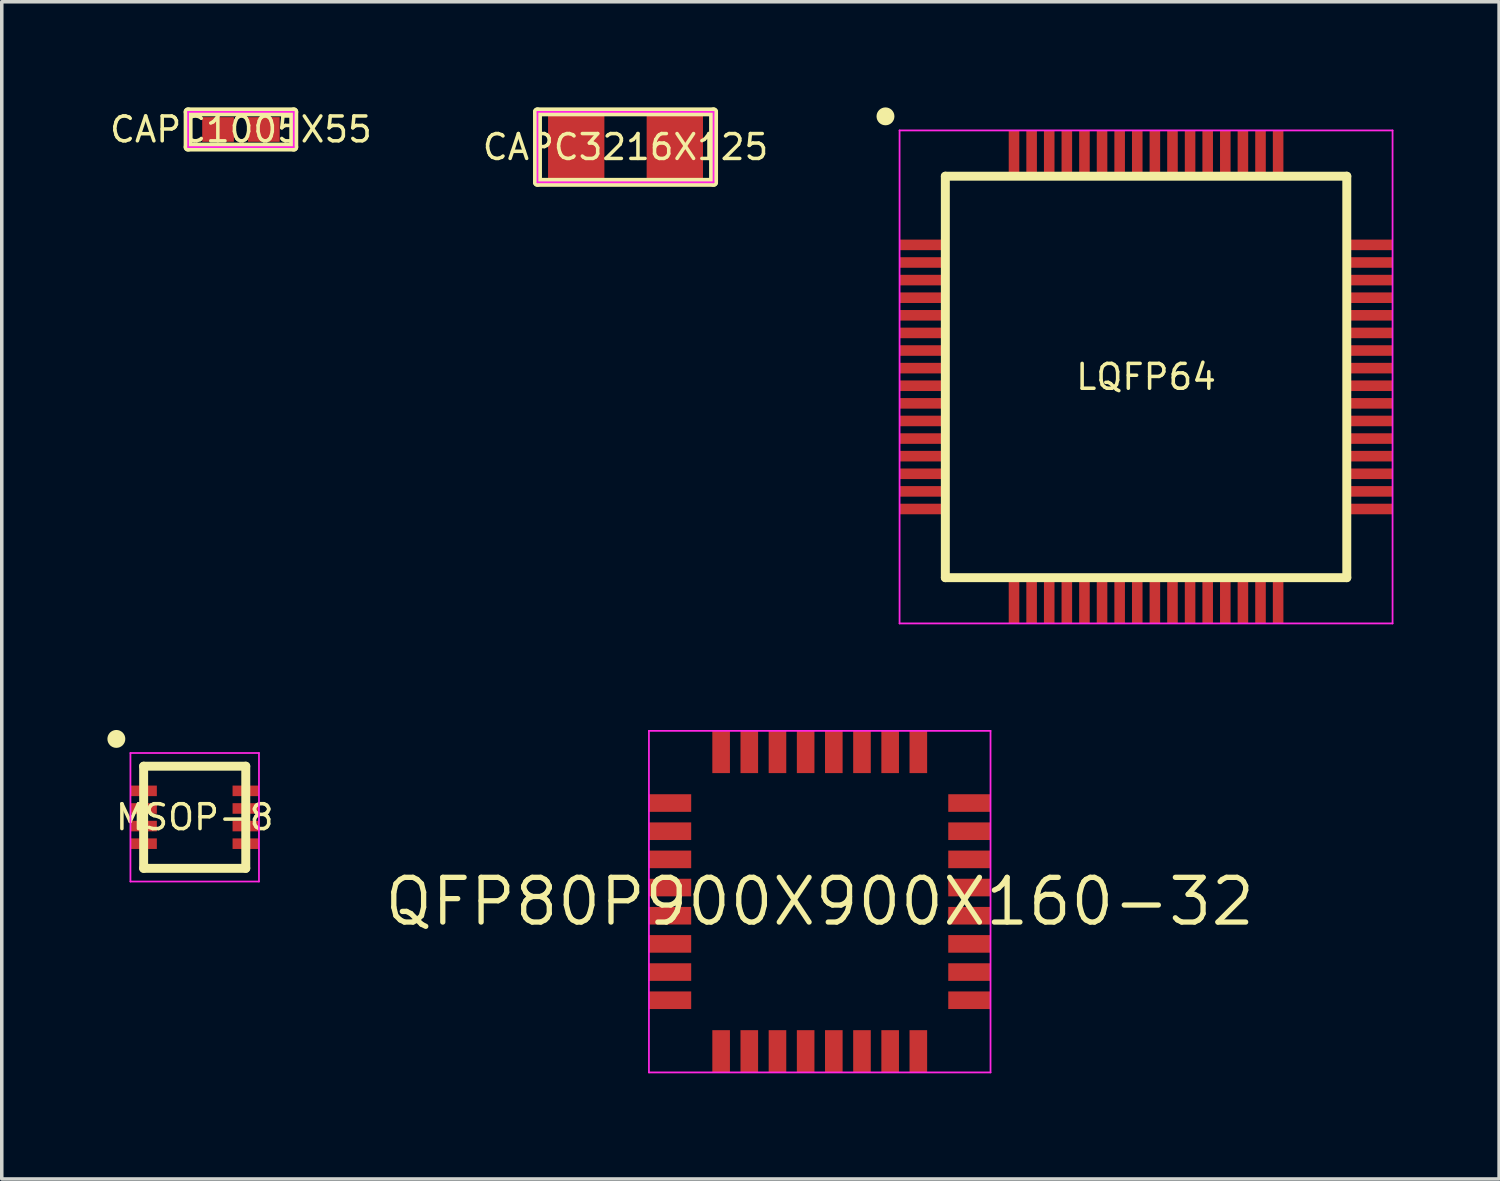
<source format=kicad_pcb>
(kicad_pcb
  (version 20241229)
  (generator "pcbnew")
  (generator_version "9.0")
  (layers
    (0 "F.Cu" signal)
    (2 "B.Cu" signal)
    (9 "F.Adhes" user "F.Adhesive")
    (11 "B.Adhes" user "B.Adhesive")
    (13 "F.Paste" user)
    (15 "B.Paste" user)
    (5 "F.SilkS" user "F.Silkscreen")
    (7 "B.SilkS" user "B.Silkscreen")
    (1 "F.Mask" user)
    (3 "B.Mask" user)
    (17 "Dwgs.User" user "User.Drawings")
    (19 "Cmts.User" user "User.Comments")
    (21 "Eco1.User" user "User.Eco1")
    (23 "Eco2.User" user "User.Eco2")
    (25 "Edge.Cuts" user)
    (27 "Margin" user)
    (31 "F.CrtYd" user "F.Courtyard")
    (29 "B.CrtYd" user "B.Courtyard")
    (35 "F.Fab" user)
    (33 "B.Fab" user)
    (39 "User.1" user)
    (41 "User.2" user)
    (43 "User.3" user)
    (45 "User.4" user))
  (footprint "CAPC1005X55"
    (layer "F.Cu")
    (at 3.792 0.627)
    (property "Reference" "CAPC1005X55" (at 0 0 0) (layer "F.SilkS") (effects (font (size 0.706 0.706) (thickness 0.1))))
    (attr through_hole)
    (fp_line (start -1.5 -0.5) (end -1.5 0.5) (stroke (width 0.254) (type solid)) (layer "F.SilkS"))
    (fp_line (start -1.5 0.5) (end 1.5 0.5) (stroke (width 0.254) (type solid)) (layer "F.SilkS"))
    (fp_line (start 1.5 -0.5) (end -1.5 -0.5) (stroke (width 0.254) (type solid)) (layer "F.SilkS"))
    (fp_line (start 1.5 0.5) (end 1.5 -0.5) (stroke (width 0.254) (type solid)) (layer "F.SilkS"))
    (fp_line (start -1.5 -0.5) (end -1.5 0.5) (stroke (width 0.05) (type solid)) (layer "F.CrtYd"))
    (fp_line (start -1.5 0.5) (end 1.5 0.5) (stroke (width 0.05) (type solid)) (layer "F.CrtYd"))
    (fp_line (start 1.5 -0.5) (end -1.5 -0.5) (stroke (width 0.05) (type solid)) (layer "F.CrtYd"))
    (fp_line (start 1.5 0.5) (end 1.5 -0.5) (stroke (width 0.05) (type solid)) (layer "F.CrtYd"))
    (pad "1" smd rect (at -0.65 0) (size 0.9 0.7) (layers "F.Cu" "F.Mask" "F.Paste"))
    (pad "2" smd rect (at 0.65 0) (size 0.9 0.7) (layers "F.Cu" "F.Mask" "F.Paste")))
  (footprint "LQFP64"
    (layer "F.Cu")
    (at 29.495 7.654)
    (property "Reference" "LQFP64" (at 0 0 0) (layer "F.SilkS") (effects (font (size 0.706 0.706) (thickness 0.1))))
    (attr through_hole)
    (fp_line (start -5.7 -5.7) (end -5.7 5.7) (stroke (width 0.254) (type solid)) (layer "F.SilkS"))
    (fp_line (start -5.7 5.7) (end 5.7 5.7) (stroke (width 0.254) (type solid)) (layer "F.SilkS"))
    (fp_line (start 5.7 -5.7) (end -5.7 -5.7) (stroke (width 0.254) (type solid)) (layer "F.SilkS"))
    (fp_line (start 5.7 5.7) (end 5.7 -5.7) (stroke (width 0.254) (type solid)) (layer "F.SilkS"))
    (fp_poly (pts (xy -7.146 -7.4) (xy -7.151 -7.45) (xy -7.165 -7.497) (xy -7.189 -7.541) (xy -7.22 -7.58) (xy -7.259 -7.611) (xy -7.303 -7.635) (xy -7.35 -7.649) (xy -7.4 -7.654) (xy -7.45 -7.649) (xy -7.497 -7.635) (xy -7.541 -7.611) (xy -7.58 -7.58) (xy -7.611 -7.541) (xy -7.635 -7.497) (xy -7.649 -7.45) (xy -7.654 -7.4) (xy -7.649 -7.35) (xy -7.635 -7.303) (xy -7.611 -7.259) (xy -7.58 -7.22) (xy -7.541 -7.189) (xy -7.497 -7.165) (xy -7.45 -7.151) (xy -7.4 -7.146) (xy -7.35 -7.151) (xy -7.303 -7.165) (xy -7.259 -7.189) (xy -7.22 -7.22) (xy -7.189 -7.259) (xy -7.165 -7.303) (xy -7.151 -7.35)) (stroke (width 0) (type solid)) (fill yes) (layer "F.SilkS"))
    (fp_line (start -7 -7) (end -7 7) (stroke (width 0.05) (type solid)) (layer "F.CrtYd"))
    (fp_line (start -7 7) (end 7 7) (stroke (width 0.05) (type solid)) (layer "F.CrtYd"))
    (fp_line (start 7 -7) (end -7 -7) (stroke (width 0.05) (type solid)) (layer "F.CrtYd"))
    (fp_line (start 7 7) (end 7 -7) (stroke (width 0.05) (type solid)) (layer "F.CrtYd"))
    (pad "1" smd rect (at -6.4 -3.75 270) (size 0.3 1.2) (layers "F.Cu" "F.Mask" "F.Paste"))
    (pad "2" smd rect (at -6.4 -3.25 270) (size 0.3 1.2) (layers "F.Cu" "F.Mask" "F.Paste"))
    (pad "3" smd rect (at -6.4 -2.75 270) (size 0.3 1.2) (layers "F.Cu" "F.Mask" "F.Paste"))
    (pad "4" smd rect (at -6.4 -2.25 270) (size 0.3 1.2) (layers "F.Cu" "F.Mask" "F.Paste"))
    (pad "5" smd rect (at -6.4 -1.75 270) (size 0.3 1.2) (layers "F.Cu" "F.Mask" "F.Paste"))
    (pad "6" smd rect (at -6.4 -1.25 270) (size 0.3 1.2) (layers "F.Cu" "F.Mask" "F.Paste"))
    (pad "7" smd rect (at -6.4 -0.75 270) (size 0.3 1.2) (layers "F.Cu" "F.Mask" "F.Paste"))
    (pad "8" smd rect (at -6.4 -0.25 270) (size 0.3 1.2) (layers "F.Cu" "F.Mask" "F.Paste"))
    (pad "9" smd rect (at -6.4 0.25 270) (size 0.3 1.2) (layers "F.Cu" "F.Mask" "F.Paste"))
    (pad "10" smd rect (at -6.4 0.75 270) (size 0.3 1.2) (layers "F.Cu" "F.Mask" "F.Paste"))
    (pad "11" smd rect (at -6.4 1.25 270) (size 0.3 1.2) (layers "F.Cu" "F.Mask" "F.Paste"))
    (pad "12" smd rect (at -6.4 1.75 270) (size 0.3 1.2) (layers "F.Cu" "F.Mask" "F.Paste"))
    (pad "13" smd rect (at -6.4 2.25 270) (size 0.3 1.2) (layers "F.Cu" "F.Mask" "F.Paste"))
    (pad "14" smd rect (at -6.4 2.75 270) (size 0.3 1.2) (layers "F.Cu" "F.Mask" "F.Paste"))
    (pad "15" smd rect (at -6.4 3.25 270) (size 0.3 1.2) (layers "F.Cu" "F.Mask" "F.Paste"))
    (pad "16" smd rect (at -6.4 3.75 270) (size 0.3 1.2) (layers "F.Cu" "F.Mask" "F.Paste"))
    (pad "17" smd rect (at -3.75 6.4) (size 0.3 1.2) (layers "F.Cu" "F.Mask" "F.Paste"))
    (pad "18" smd rect (at -3.25 6.4) (size 0.3 1.2) (layers "F.Cu" "F.Mask" "F.Paste"))
    (pad "19" smd rect (at -2.75 6.4) (size 0.3 1.2) (layers "F.Cu" "F.Mask" "F.Paste"))
    (pad "20" smd rect (at -2.25 6.4) (size 0.3 1.2) (layers "F.Cu" "F.Mask" "F.Paste"))
    (pad "21" smd rect (at -1.75 6.4) (size 0.3 1.2) (layers "F.Cu" "F.Mask" "F.Paste"))
    (pad "22" smd rect (at -1.25 6.4) (size 0.3 1.2) (layers "F.Cu" "F.Mask" "F.Paste"))
    (pad "23" smd rect (at -0.75 6.4) (size 0.3 1.2) (layers "F.Cu" "F.Mask" "F.Paste"))
    (pad "24" smd rect (at -0.25 6.4) (size 0.3 1.2) (layers "F.Cu" "F.Mask" "F.Paste"))
    (pad "25" smd rect (at 0.25 6.4) (size 0.3 1.2) (layers "F.Cu" "F.Mask" "F.Paste"))
    (pad "26" smd rect (at 0.75 6.4) (size 0.3 1.2) (layers "F.Cu" "F.Mask" "F.Paste"))
    (pad "27" smd rect (at 1.25 6.4) (size 0.3 1.2) (layers "F.Cu" "F.Mask" "F.Paste"))
    (pad "28" smd rect (at 1.75 6.4) (size 0.3 1.2) (layers "F.Cu" "F.Mask" "F.Paste"))
    (pad "29" smd rect (at 2.25 6.4) (size 0.3 1.2) (layers "F.Cu" "F.Mask" "F.Paste"))
    (pad "30" smd rect (at 2.75 6.4) (size 0.3 1.2) (layers "F.Cu" "F.Mask" "F.Paste"))
    (pad "31" smd rect (at 3.25 6.4) (size 0.3 1.2) (layers "F.Cu" "F.Mask" "F.Paste"))
    (pad "32" smd rect (at 3.75 6.4) (size 0.3 1.2) (layers "F.Cu" "F.Mask" "F.Paste"))
    (pad "33" smd rect (at 6.4 3.75 90) (size 0.3 1.2) (layers "F.Cu" "F.Mask" "F.Paste"))
    (pad "34" smd rect (at 6.4 3.25 90) (size 0.3 1.2) (layers "F.Cu" "F.Mask" "F.Paste"))
    (pad "35" smd rect (at 6.4 2.75 90) (size 0.3 1.2) (layers "F.Cu" "F.Mask" "F.Paste"))
    (pad "36" smd rect (at 6.4 2.25 90) (size 0.3 1.2) (layers "F.Cu" "F.Mask" "F.Paste"))
    (pad "37" smd rect (at 6.4 1.75 90) (size 0.3 1.2) (layers "F.Cu" "F.Mask" "F.Paste"))
    (pad "38" smd rect (at 6.4 1.25 90) (size 0.3 1.2) (layers "F.Cu" "F.Mask" "F.Paste"))
    (pad "39" smd rect (at 6.4 0.75 90) (size 0.3 1.2) (layers "F.Cu" "F.Mask" "F.Paste"))
    (pad "40" smd rect (at 6.4 0.25 90) (size 0.3 1.2) (layers "F.Cu" "F.Mask" "F.Paste"))
    (pad "41" smd rect (at 6.4 -0.25 90) (size 0.3 1.2) (layers "F.Cu" "F.Mask" "F.Paste"))
    (pad "42" smd rect (at 6.4 -0.75 90) (size 0.3 1.2) (layers "F.Cu" "F.Mask" "F.Paste"))
    (pad "43" smd rect (at 6.4 -1.25 90) (size 0.3 1.2) (layers "F.Cu" "F.Mask" "F.Paste"))
    (pad "44" smd rect (at 6.4 -1.75 90) (size 0.3 1.2) (layers "F.Cu" "F.Mask" "F.Paste"))
    (pad "45" smd rect (at 6.4 -2.25 90) (size 0.3 1.2) (layers "F.Cu" "F.Mask" "F.Paste"))
    (pad "46" smd rect (at 6.4 -2.75 90) (size 0.3 1.2) (layers "F.Cu" "F.Mask" "F.Paste"))
    (pad "47" smd rect (at 6.4 -3.25 90) (size 0.3 1.2) (layers "F.Cu" "F.Mask" "F.Paste"))
    (pad "48" smd rect (at 6.4 -3.75 90) (size 0.3 1.2) (layers "F.Cu" "F.Mask" "F.Paste"))
    (pad "49" smd rect (at 3.75 -6.4 180) (size 0.3 1.2) (layers "F.Cu" "F.Mask" "F.Paste"))
    (pad "50" smd rect (at 3.25 -6.4 180) (size 0.3 1.2) (layers "F.Cu" "F.Mask" "F.Paste"))
    (pad "51" smd rect (at 2.75 -6.4 180) (size 0.3 1.2) (layers "F.Cu" "F.Mask" "F.Paste"))
    (pad "52" smd rect (at 2.25 -6.4 180) (size 0.3 1.2) (layers "F.Cu" "F.Mask" "F.Paste"))
    (pad "53" smd rect (at 1.75 -6.4 180) (size 0.3 1.2) (layers "F.Cu" "F.Mask" "F.Paste"))
    (pad "54" smd rect (at 1.25 -6.4 180) (size 0.3 1.2) (layers "F.Cu" "F.Mask" "F.Paste"))
    (pad "55" smd rect (at 0.75 -6.4 180) (size 0.3 1.2) (layers "F.Cu" "F.Mask" "F.Paste"))
    (pad "56" smd rect (at 0.25 -6.4 180) (size 0.3 1.2) (layers "F.Cu" "F.Mask" "F.Paste"))
    (pad "57" smd rect (at -0.25 -6.4 180) (size 0.3 1.2) (layers "F.Cu" "F.Mask" "F.Paste"))
    (pad "58" smd rect (at -0.75 -6.4 180) (size 0.3 1.2) (layers "F.Cu" "F.Mask" "F.Paste"))
    (pad "59" smd rect (at -1.25 -6.4 180) (size 0.3 1.2) (layers "F.Cu" "F.Mask" "F.Paste"))
    (pad "60" smd rect (at -1.75 -6.4 180) (size 0.3 1.2) (layers "F.Cu" "F.Mask" "F.Paste"))
    (pad "61" smd rect (at -2.25 -6.4 180) (size 0.3 1.2) (layers "F.Cu" "F.Mask" "F.Paste"))
    (pad "62" smd rect (at -2.75 -6.4 180) (size 0.3 1.2) (layers "F.Cu" "F.Mask" "F.Paste"))
    (pad "63" smd rect (at -3.25 -6.4 180) (size 0.3 1.2) (layers "F.Cu" "F.Mask" "F.Paste"))
    (pad "64" smd rect (at -3.75 -6.4 180) (size 0.3 1.2) (layers "F.Cu" "F.Mask" "F.Paste")))
  (footprint "QFP80P900X900X160-32"
    (layer "F.Cu")
    (at 20.228 22.554)
    (property "Reference" "QFP80P900X900X160-32" (at 0 0 0) (layer "F.SilkS") (effects (font (size 1.27 1.27) (thickness 0.15))))
    (attr through_hole)
    (fp_line (start -4.85 -4.85) (end -4.85 4.85) (stroke (width 0.05) (type solid)) (layer "F.CrtYd"))
    (fp_line (start -4.85 4.85) (end 4.85 4.85) (stroke (width 0.05) (type solid)) (layer "F.CrtYd"))
    (fp_line (start 4.85 -4.85) (end -4.85 -4.85) (stroke (width 0.05) (type solid)) (layer "F.CrtYd"))
    (fp_line (start 4.85 4.85) (end 4.85 -4.85) (stroke (width 0.05) (type solid)) (layer "F.CrtYd"))
    (pad "1" smd rect (at -2.8 4.25) (size 0.5 1.2) (layers "F.Cu" "F.Mask" "F.Paste"))
    (pad "2" smd rect (at -2 4.25) (size 0.5 1.2) (layers "F.Cu" "F.Mask" "F.Paste"))
    (pad "3" smd rect (at -1.2 4.25) (size 0.5 1.2) (layers "F.Cu" "F.Mask" "F.Paste"))
    (pad "4" smd rect (at -0.4 4.25) (size 0.5 1.2) (layers "F.Cu" "F.Mask" "F.Paste"))
    (pad "5" smd rect (at 0.4 4.25) (size 0.5 1.2) (layers "F.Cu" "F.Mask" "F.Paste"))
    (pad "6" smd rect (at 1.2 4.25) (size 0.5 1.2) (layers "F.Cu" "F.Mask" "F.Paste"))
    (pad "7" smd rect (at 2 4.25) (size 0.5 1.2) (layers "F.Cu" "F.Mask" "F.Paste"))
    (pad "8" smd rect (at 2.8 4.25) (size 0.5 1.2) (layers "F.Cu" "F.Mask" "F.Paste"))
    (pad "9" smd rect (at 4.25 2.8 90) (size 0.5 1.2) (layers "F.Cu" "F.Mask" "F.Paste"))
    (pad "10" smd rect (at 4.25 2 90) (size 0.5 1.2) (layers "F.Cu" "F.Mask" "F.Paste"))
    (pad "11" smd rect (at 4.25 1.2 90) (size 0.5 1.2) (layers "F.Cu" "F.Mask" "F.Paste"))
    (pad "12" smd rect (at 4.25 0.4 90) (size 0.5 1.2) (layers "F.Cu" "F.Mask" "F.Paste"))
    (pad "13" smd rect (at 4.25 -0.4 90) (size 0.5 1.2) (layers "F.Cu" "F.Mask" "F.Paste"))
    (pad "14" smd rect (at 4.25 -1.2 90) (size 0.5 1.2) (layers "F.Cu" "F.Mask" "F.Paste"))
    (pad "15" smd rect (at 4.25 -2 90) (size 0.5 1.2) (layers "F.Cu" "F.Mask" "F.Paste"))
    (pad "16" smd rect (at 4.25 -2.8 90) (size 0.5 1.2) (layers "F.Cu" "F.Mask" "F.Paste"))
    (pad "17" smd rect (at 2.8 -4.25 180) (size 0.5 1.2) (layers "F.Cu" "F.Mask" "F.Paste"))
    (pad "18" smd rect (at 2 -4.25 180) (size 0.5 1.2) (layers "F.Cu" "F.Mask" "F.Paste"))
    (pad "19" smd rect (at 1.2 -4.25 180) (size 0.5 1.2) (layers "F.Cu" "F.Mask" "F.Paste"))
    (pad "20" smd rect (at 0.4 -4.25 180) (size 0.5 1.2) (layers "F.Cu" "F.Mask" "F.Paste"))
    (pad "21" smd rect (at -0.4 -4.25 180) (size 0.5 1.2) (layers "F.Cu" "F.Mask" "F.Paste"))
    (pad "22" smd rect (at -1.2 -4.25 180) (size 0.5 1.2) (layers "F.Cu" "F.Mask" "F.Paste"))
    (pad "23" smd rect (at -2 -4.25 180) (size 0.5 1.2) (layers "F.Cu" "F.Mask" "F.Paste"))
    (pad "24" smd rect (at -2.8 -4.25 180) (size 0.5 1.2) (layers "F.Cu" "F.Mask" "F.Paste"))
    (pad "25" smd rect (at -4.25 -2.8 270) (size 0.5 1.2) (layers "F.Cu" "F.Mask" "F.Paste"))
    (pad "26" smd rect (at -4.25 -2 270) (size 0.5 1.2) (layers "F.Cu" "F.Mask" "F.Paste"))
    (pad "27" smd rect (at -4.25 -1.2 270) (size 0.5 1.2) (layers "F.Cu" "F.Mask" "F.Paste"))
    (pad "28" smd rect (at -4.25 -0.4 270) (size 0.5 1.2) (layers "F.Cu" "F.Mask" "F.Paste"))
    (pad "29" smd rect (at -4.25 0.4 270) (size 0.5 1.2) (layers "F.Cu" "F.Mask" "F.Paste"))
    (pad "30" smd rect (at -4.25 1.2 270) (size 0.5 1.2) (layers "F.Cu" "F.Mask" "F.Paste"))
    (pad "31" smd rect (at -4.25 2 270) (size 0.5 1.2) (layers "F.Cu" "F.Mask" "F.Paste"))
    (pad "32" smd rect (at -4.25 2.8 270) (size 0.5 1.2) (layers "F.Cu" "F.Mask" "F.Paste")))
  (footprint "CAPC3216X125"
    (layer "F.Cu")
    (at 14.713 1.127)
    (property "Reference" "CAPC3216X125" (at 0 0 0) (layer "F.SilkS") (effects (font (size 0.706 0.706) (thickness 0.1))))
    (attr through_hole)
    (fp_line (start -2.5 -1) (end -2.5 1) (stroke (width 0.254) (type solid)) (layer "F.SilkS"))
    (fp_line (start -2.5 1) (end 2.5 1) (stroke (width 0.254) (type solid)) (layer "F.SilkS"))
    (fp_line (start 2.5 -1) (end -2.5 -1) (stroke (width 0.254) (type solid)) (layer "F.SilkS"))
    (fp_line (start 2.5 1) (end 2.5 -1) (stroke (width 0.254) (type solid)) (layer "F.SilkS"))
    (fp_line (start -2.5 -1) (end -2.5 1) (stroke (width 0.05) (type solid)) (layer "F.CrtYd"))
    (fp_line (start -2.5 1) (end 2.5 1) (stroke (width 0.05) (type solid)) (layer "F.CrtYd"))
    (fp_line (start 2.5 -1) (end -2.5 -1) (stroke (width 0.05) (type solid)) (layer "F.CrtYd"))
    (fp_line (start 2.5 1) (end 2.5 -1) (stroke (width 0.05) (type solid)) (layer "F.CrtYd"))
    (pad "1" smd rect (at -1.4 0) (size 1.6 1.8) (layers "F.Cu" "F.Mask" "F.Paste"))
    (pad "2" smd rect (at 1.4 0) (size 1.6 1.8) (layers "F.Cu" "F.Mask" "F.Paste")))
  (footprint "MSOP-8"
    (layer "F.Cu")
    (at 2.479 20.158)
    (property "Reference" "MSOP-8" (at 0 0 0) (layer "F.SilkS") (effects (font (size 0.706 0.706) (thickness 0.1))))
    (attr through_hole)
    (fp_line (start -1.45 -1.45) (end -1.45 1.45) (stroke (width 0.254) (type solid)) (layer "F.SilkS"))
    (fp_line (start -1.45 1.45) (end 1.45 1.45) (stroke (width 0.254) (type solid)) (layer "F.SilkS"))
    (fp_line (start 1.45 -1.45) (end -1.45 -1.45) (stroke (width 0.254) (type solid)) (layer "F.SilkS"))
    (fp_line (start 1.45 1.45) (end 1.45 -1.45) (stroke (width 0.254) (type solid)) (layer "F.SilkS"))
    (fp_poly (pts (xy -1.971 -2.225) (xy -1.976 -2.275) (xy -1.99 -2.322) (xy -2.014 -2.366) (xy -2.045 -2.405) (xy -2.084 -2.436) (xy -2.128 -2.46) (xy -2.175 -2.474) (xy -2.225 -2.479) (xy -2.275 -2.474) (xy -2.322 -2.46) (xy -2.366 -2.436) (xy -2.405 -2.405) (xy -2.436 -2.366) (xy -2.46 -2.322) (xy -2.474 -2.275) (xy -2.479 -2.225) (xy -2.474 -2.175) (xy -2.46 -2.128) (xy -2.436 -2.084) (xy -2.405 -2.045) (xy -2.366 -2.014) (xy -2.322 -1.99) (xy -2.275 -1.976) (xy -2.225 -1.971) (xy -2.175 -1.976) (xy -2.128 -1.99) (xy -2.084 -2.014) (xy -2.045 -2.045) (xy -2.014 -2.084) (xy -1.99 -2.128) (xy -1.976 -2.175)) (stroke (width 0) (type solid)) (fill yes) (layer "F.SilkS"))
    (fp_line (start -1.825 -1.825) (end -1.825 1.825) (stroke (width 0.05) (type solid)) (layer "F.CrtYd"))
    (fp_line (start -1.825 1.825) (end 1.825 1.825) (stroke (width 0.05) (type solid)) (layer "F.CrtYd"))
    (fp_line (start 1.825 -1.825) (end -1.825 -1.825) (stroke (width 0.05) (type solid)) (layer "F.CrtYd"))
    (fp_line (start 1.825 1.825) (end 1.825 -1.825) (stroke (width 0.05) (type solid)) (layer "F.CrtYd"))
    (pad "1" smd rect (at -1.45 -0.75 270) (size 0.3 0.75) (layers "F.Cu" "F.Mask" "F.Paste"))
    (pad "2" smd rect (at -1.45 -0.25 270) (size 0.3 0.75) (layers "F.Cu" "F.Mask" "F.Paste"))
    (pad "3" smd rect (at -1.45 0.25 270) (size 0.3 0.75) (layers "F.Cu" "F.Mask" "F.Paste"))
    (pad "4" smd rect (at -1.45 0.75 270) (size 0.3 0.75) (layers "F.Cu" "F.Mask" "F.Paste"))
    (pad "5" smd rect (at 1.45 0.75 90) (size 0.3 0.75) (layers "F.Cu" "F.Mask" "F.Paste"))
    (pad "6" smd rect (at 1.45 0.25 90) (size 0.3 0.75) (layers "F.Cu" "F.Mask" "F.Paste"))
    (pad "7" smd rect (at 1.45 -0.25 90) (size 0.3 0.75) (layers "F.Cu" "F.Mask" "F.Paste"))
    (pad "8" smd rect (at 1.45 -0.75 90) (size 0.3 0.75) (layers "F.Cu" "F.Mask" "F.Paste")))
  (gr_rect
    (start -3 -3)
    (end 39.52 30.429)
    (stroke (width 0.1) (type default))
    (fill no)
    (layer "Edge.Cuts")))
</source>
